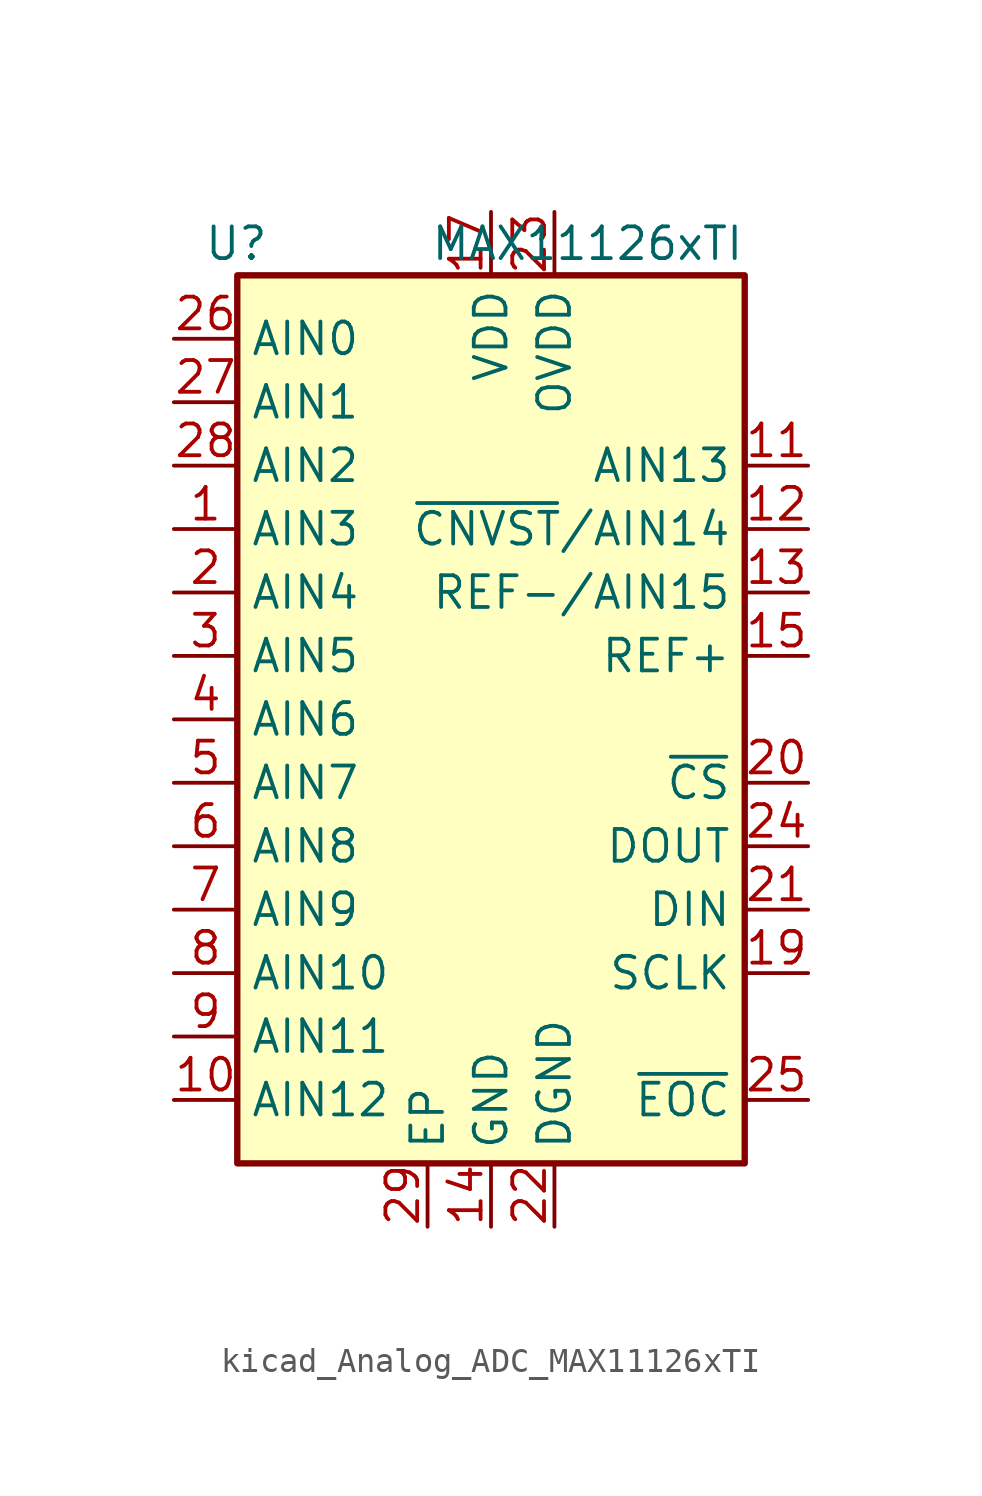
<source format=kicad_sym>
(kicad_symbol_lib
  (version 20220914)
  (generator kicad_symbol_editor)
  (symbol "kicad_Analog_ADC_MAX11126xTI"
    (property "Reference" "U"
      (at -8.89 19.05 0)
      (effects (font (size 1.27 1.27)) (justify right)))
    (property "Value" "MAX11126xTI"
      (at 10.16 19.05 0)
      (effects (font (size 1.27 1.27)) (justify right)))
    (symbol "kicad_Analog_ADC_MAX11126xTI_0_1"
      (rectangle (start 10.16 17.78) (end -10.16 -17.78) (stroke (width 0.254) (type default)) (fill (type background))))
    (symbol "kicad_Analog_ADC_MAX11126xTI_1_1"
      (pin input line (at -12.7 7.62 0) (length 2.54) (name "AIN3" (effects (font (size 1.27 1.27)))) (number "1" (effects (font (size 1.27 1.27)))))
      (pin input line (at -12.7 -15.24 0) (length 2.54) (name "AIN12" (effects (font (size 1.27 1.27)))) (number "10" (effects (font (size 1.27 1.27)))))
      (pin input line (at 12.7 10.16 180) (length 2.54) (name "AIN13" (effects (font (size 1.27 1.27)))) (number "11" (effects (font (size 1.27 1.27)))))
      (pin input line (at 12.7 7.62 180) (length 2.54) (name "~{CNVST}/AIN14" (effects (font (size 1.27 1.27)))) (number "12" (effects (font (size 1.27 1.27)))))
      (pin input line (at 12.7 5.08 180) (length 2.54) (name "REF-/AIN15" (effects (font (size 1.27 1.27)))) (number "13" (effects (font (size 1.27 1.27)))))
      (pin power_in line (at 0 -20.32 90) (length 2.54) (name "GND" (effects (font (size 1.27 1.27)))) (number "14" (effects (font (size 1.27 1.27)))))
      (pin input line (at 12.7 2.54 180) (length 2.54) (name "REF+" (effects (font (size 1.27 1.27)))) (number "15" (effects (font (size 1.27 1.27)))))
      (pin passive line (at 0 -20.32 90) (length 2.54) hide (name "GND" (effects (font (size 1.27 1.27)))) (number "16" (effects (font (size 1.27 1.27)))))
      (pin power_in line (at 0 20.32 270) (length 2.54) (name "VDD" (effects (font (size 1.27 1.27)))) (number "17" (effects (font (size 1.27 1.27)))))
      (pin passive line (at 0 20.32 270) (length 2.54) hide (name "VDD" (effects (font (size 1.27 1.27)))) (number "18" (effects (font (size 1.27 1.27)))))
      (pin input line (at 12.7 -10.16 180) (length 2.54) (name "SCLK" (effects (font (size 1.27 1.27)))) (number "19" (effects (font (size 1.27 1.27)))))
      (pin input line (at -12.7 5.08 0) (length 2.54) (name "AIN4" (effects (font (size 1.27 1.27)))) (number "2" (effects (font (size 1.27 1.27)))))
      (pin input line (at 12.7 -2.54 180) (length 2.54) (name "~{CS}" (effects (font (size 1.27 1.27)))) (number "20" (effects (font (size 1.27 1.27)))))
      (pin input line (at 12.7 -7.62 180) (length 2.54) (name "DIN" (effects (font (size 1.27 1.27)))) (number "21" (effects (font (size 1.27 1.27)))))
      (pin power_in line (at 2.54 -20.32 90) (length 2.54) (name "DGND" (effects (font (size 1.27 1.27)))) (number "22" (effects (font (size 1.27 1.27)))))
      (pin power_in line (at 2.54 20.32 270) (length 2.54) (name "OVDD" (effects (font (size 1.27 1.27)))) (number "23" (effects (font (size 1.27 1.27)))))
      (pin output line (at 12.7 -5.08 180) (length 2.54) (name "DOUT" (effects (font (size 1.27 1.27)))) (number "24" (effects (font (size 1.27 1.27)))))
      (pin output line (at 12.7 -15.24 180) (length 2.54) (name "~{EOC}" (effects (font (size 1.27 1.27)))) (number "25" (effects (font (size 1.27 1.27)))))
      (pin input line (at -12.7 15.24 0) (length 2.54) (name "AIN0" (effects (font (size 1.27 1.27)))) (number "26" (effects (font (size 1.27 1.27)))))
      (pin input line (at -12.7 12.7 0) (length 2.54) (name "AIN1" (effects (font (size 1.27 1.27)))) (number "27" (effects (font (size 1.27 1.27)))))
      (pin input line (at -12.7 10.16 0) (length 2.54) (name "AIN2" (effects (font (size 1.27 1.27)))) (number "28" (effects (font (size 1.27 1.27)))))
      (pin power_in line (at -2.54 -20.32 90) (length 2.54) (name "EP" (effects (font (size 1.27 1.27)))) (number "29" (effects (font (size 1.27 1.27)))))
      (pin input line (at -12.7 2.54 0) (length 2.54) (name "AIN5" (effects (font (size 1.27 1.27)))) (number "3" (effects (font (size 1.27 1.27)))))
      (pin input line (at -12.7 0 0) (length 2.54) (name "AIN6" (effects (font (size 1.27 1.27)))) (number "4" (effects (font (size 1.27 1.27)))))
      (pin input line (at -12.7 -2.54 0) (length 2.54) (name "AIN7" (effects (font (size 1.27 1.27)))) (number "5" (effects (font (size 1.27 1.27)))))
      (pin input line (at -12.7 -5.08 0) (length 2.54) (name "AIN8" (effects (font (size 1.27 1.27)))) (number "6" (effects (font (size 1.27 1.27)))))
      (pin input line (at -12.7 -7.62 0) (length 2.54) (name "AIN9" (effects (font (size 1.27 1.27)))) (number "7" (effects (font (size 1.27 1.27)))))
      (pin input line (at -12.7 -10.16 0) (length 2.54) (name "AIN10" (effects (font (size 1.27 1.27)))) (number "8" (effects (font (size 1.27 1.27)))))
      (pin input line (at -12.7 -12.7 0) (length 2.54) (name "AIN11" (effects (font (size 1.27 1.27)))) (number "9" (effects (font (size 1.27 1.27))))))))
</source>
